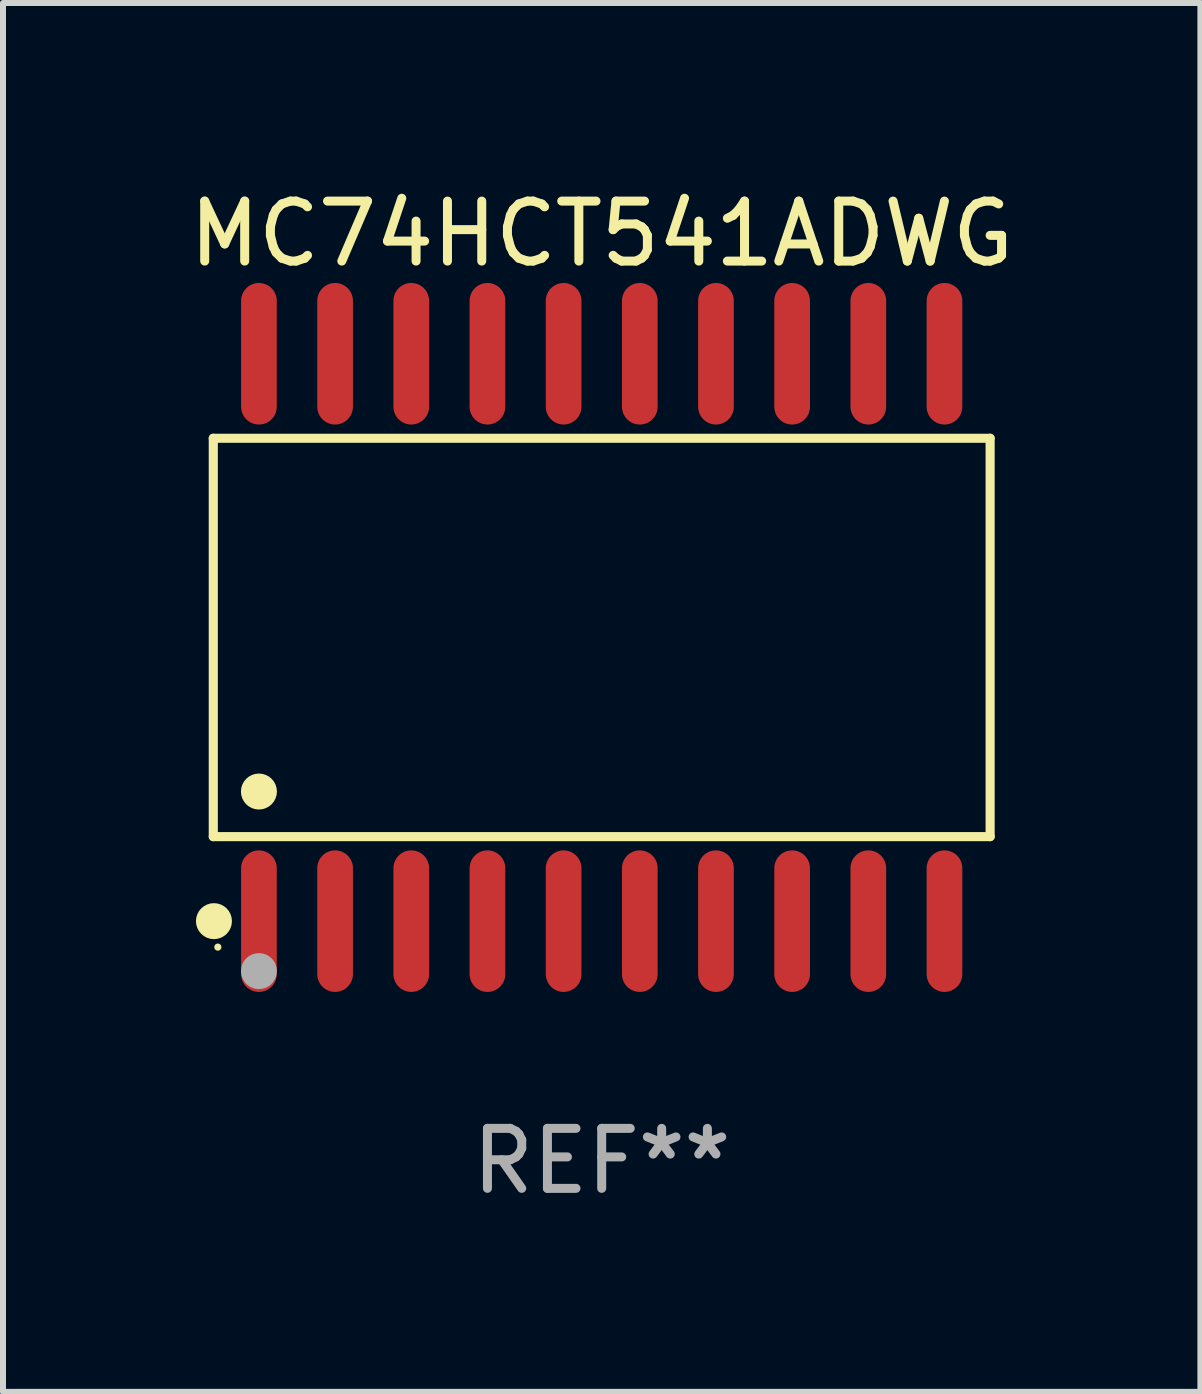
<source format=kicad_pcb>
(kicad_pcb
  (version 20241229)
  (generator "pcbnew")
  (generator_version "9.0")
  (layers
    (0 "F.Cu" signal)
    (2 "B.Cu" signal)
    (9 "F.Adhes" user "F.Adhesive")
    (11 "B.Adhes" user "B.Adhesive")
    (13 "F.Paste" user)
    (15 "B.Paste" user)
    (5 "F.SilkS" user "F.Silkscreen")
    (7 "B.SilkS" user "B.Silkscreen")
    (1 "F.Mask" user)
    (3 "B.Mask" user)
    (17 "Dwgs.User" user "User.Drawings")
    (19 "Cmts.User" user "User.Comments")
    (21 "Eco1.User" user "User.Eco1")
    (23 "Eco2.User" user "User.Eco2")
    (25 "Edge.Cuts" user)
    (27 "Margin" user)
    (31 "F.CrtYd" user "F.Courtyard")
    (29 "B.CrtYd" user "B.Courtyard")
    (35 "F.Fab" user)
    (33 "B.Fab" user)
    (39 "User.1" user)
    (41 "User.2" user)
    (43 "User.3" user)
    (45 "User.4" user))
  (footprint "MC74HCT541ADWG"
    (layer "F.Cu")
    (at 6.982 7.578)
    (property "Reference" "MC74HCT541ADWG" (at 0 -6.73 0) (layer "F.SilkS") (effects (font (size 1 1) (thickness 0.15))))
    (attr through_hole)
    (fp_line (start -6.476 -3.321) (end 6.476 -3.321) (stroke (width 0.152) (type solid)) (layer "F.SilkS"))
    (fp_line (start -6.476 3.321) (end -6.476 -3.321) (stroke (width 0.152) (type solid)) (layer "F.SilkS"))
    (fp_line (start 6.476 -3.321) (end 6.476 3.321) (stroke (width 0.152) (type solid)) (layer "F.SilkS"))
    (fp_line (start 6.476 3.321) (end -6.476 3.321) (stroke (width 0.152) (type solid)) (layer "F.SilkS"))
    (fp_circle (center -6.465 4.73) (end -6.315 4.73) (stroke (width 0.3) (type solid)) (fill no) (layer "F.SilkS"))
    (fp_circle (center -6.4 5.163) (end -6.37 5.163) (stroke (width 0.06) (type solid)) (fill no) (layer "F.SilkS"))
    (fp_circle (center -5.715 2.569) (end -5.565 2.569) (stroke (width 0.3) (type solid)) (fill no) (layer "F.SilkS"))
    (fp_circle (center -5.715 5.563) (end -5.565 5.563) (stroke (width 0.3) (type solid)) (fill no) (layer "F.Fab"))
    (fp_text user "REF**" (at 0 8.73 0) (layer "F.Fab") (effects (font (size 1 1) (thickness 0.15))))
    (pad "1" smd oval (at -5.715 4.73) (size 0.595 2.36) (layers "F.Cu" "F.Mask" "F.Paste"))
    (pad "2" smd oval (at -4.445 4.73) (size 0.595 2.36) (layers "F.Cu" "F.Mask" "F.Paste"))
    (pad "3" smd oval (at -3.175 4.73) (size 0.595 2.36) (layers "F.Cu" "F.Mask" "F.Paste"))
    (pad "4" smd oval (at -1.905 4.73) (size 0.595 2.36) (layers "F.Cu" "F.Mask" "F.Paste"))
    (pad "5" smd oval (at -0.635 4.73) (size 0.595 2.36) (layers "F.Cu" "F.Mask" "F.Paste"))
    (pad "6" smd oval (at 0.635 4.73) (size 0.595 2.36) (layers "F.Cu" "F.Mask" "F.Paste"))
    (pad "7" smd oval (at 1.905 4.73) (size 0.595 2.36) (layers "F.Cu" "F.Mask" "F.Paste"))
    (pad "8" smd oval (at 3.175 4.73) (size 0.595 2.36) (layers "F.Cu" "F.Mask" "F.Paste"))
    (pad "9" smd oval (at 4.445 4.73) (size 0.595 2.36) (layers "F.Cu" "F.Mask" "F.Paste"))
    (pad "10" smd oval (at 5.715 4.73) (size 0.595 2.36) (layers "F.Cu" "F.Mask" "F.Paste"))
    (pad "11" smd oval (at 5.715 -4.73) (size 0.595 2.36) (layers "F.Cu" "F.Mask" "F.Paste"))
    (pad "12" smd oval (at 4.445 -4.73) (size 0.595 2.36) (layers "F.Cu" "F.Mask" "F.Paste"))
    (pad "13" smd oval (at 3.175 -4.73) (size 0.595 2.36) (layers "F.Cu" "F.Mask" "F.Paste"))
    (pad "14" smd oval (at 1.905 -4.73) (size 0.595 2.36) (layers "F.Cu" "F.Mask" "F.Paste"))
    (pad "15" smd oval (at 0.635 -4.73) (size 0.595 2.36) (layers "F.Cu" "F.Mask" "F.Paste"))
    (pad "16" smd oval (at -0.635 -4.73) (size 0.595 2.36) (layers "F.Cu" "F.Mask" "F.Paste"))
    (pad "17" smd oval (at -1.905 -4.73) (size 0.595 2.36) (layers "F.Cu" "F.Mask" "F.Paste"))
    (pad "18" smd oval (at -3.175 -4.73) (size 0.595 2.36) (layers "F.Cu" "F.Mask" "F.Paste"))
    (pad "19" smd oval (at -4.445 -4.73) (size 0.595 2.36) (layers "F.Cu" "F.Mask" "F.Paste"))
    (pad "20" smd oval (at -5.715 -4.73) (size 0.595 2.36) (layers "F.Cu" "F.Mask" "F.Paste")))
  (gr_rect
    (start -3 -3)
    (end 16.964 20.156)
    (stroke (width 0.1) (type default))
    (fill no)
    (layer "Edge.Cuts")))
</source>
